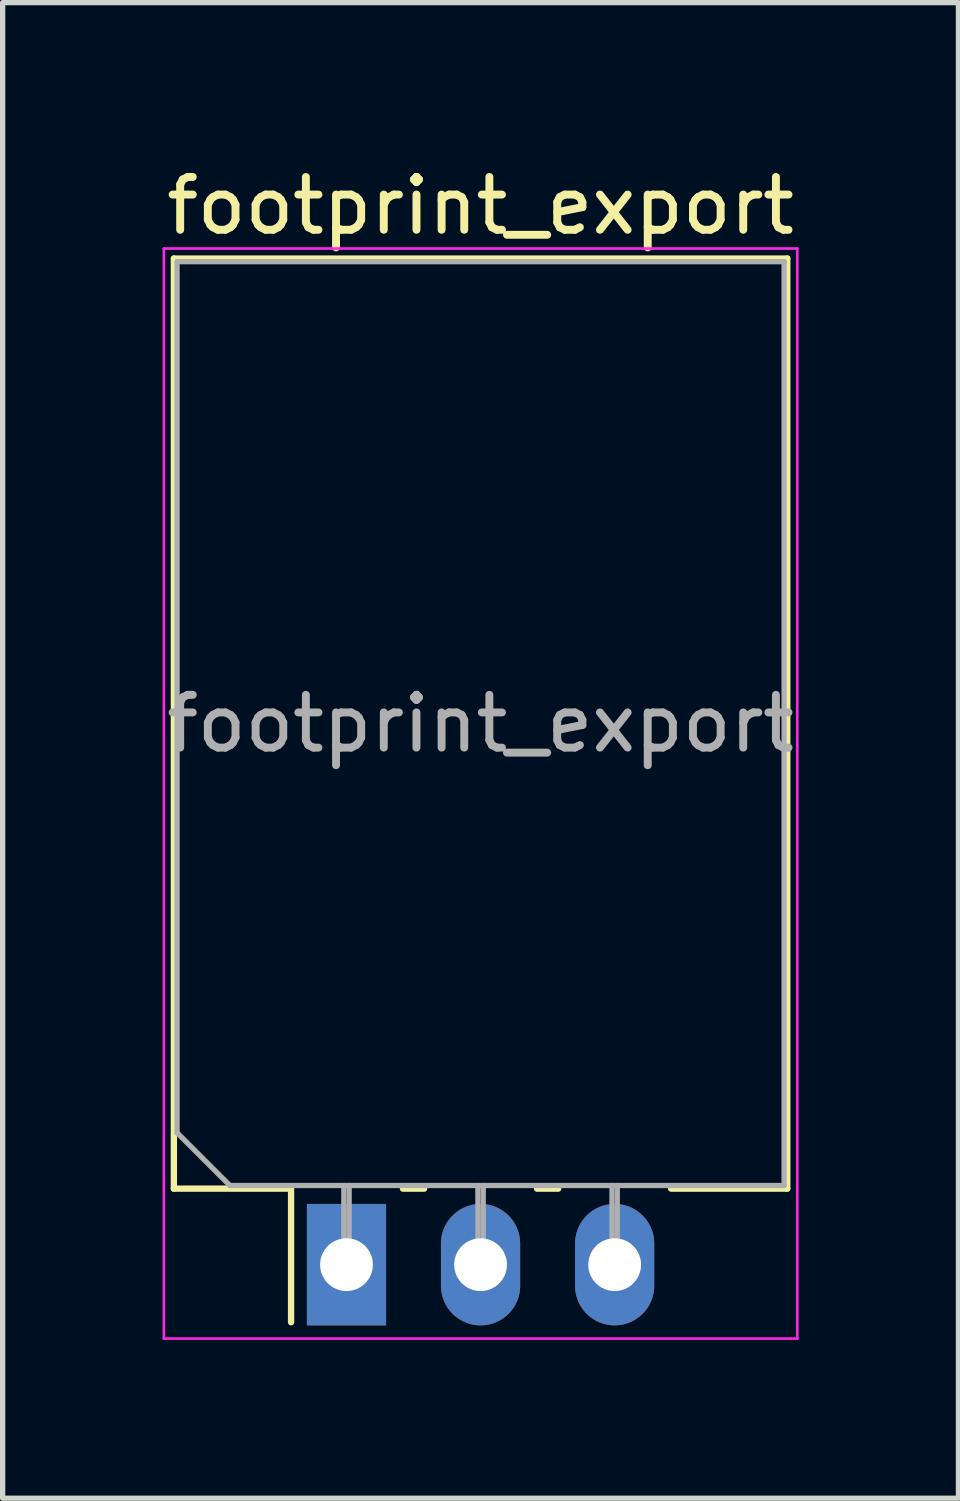
<source format=kicad_pcb>
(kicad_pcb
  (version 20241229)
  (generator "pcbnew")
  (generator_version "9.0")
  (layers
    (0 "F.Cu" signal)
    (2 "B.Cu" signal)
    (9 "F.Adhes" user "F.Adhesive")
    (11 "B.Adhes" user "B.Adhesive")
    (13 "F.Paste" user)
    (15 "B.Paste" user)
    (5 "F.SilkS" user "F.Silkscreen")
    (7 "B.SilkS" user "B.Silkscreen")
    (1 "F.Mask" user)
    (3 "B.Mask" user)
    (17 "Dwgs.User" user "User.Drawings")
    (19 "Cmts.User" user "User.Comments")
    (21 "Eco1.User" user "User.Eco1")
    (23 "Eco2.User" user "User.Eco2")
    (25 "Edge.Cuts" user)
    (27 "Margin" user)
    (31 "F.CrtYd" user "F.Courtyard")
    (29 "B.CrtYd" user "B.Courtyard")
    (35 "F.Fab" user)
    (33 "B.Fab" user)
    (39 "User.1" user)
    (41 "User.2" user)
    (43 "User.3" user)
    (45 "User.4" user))
  (footprint "footprint_export"
    (layer "F.Cu")
    (at 3.514 20.908)
    (property "Reference" "footprint_export" (at 2.54 -20.06 0) (layer "F.SilkS") (effects (font (size 1 1) (thickness 0.15))))
    (attr through_hole)
    (fp_line (start -3.27 -19.06) (end -3.27 -1.44) (stroke (width 0.12) (type solid)) (layer "F.SilkS"))
    (fp_line (start -3.27 -19.06) (end 8.35 -19.06) (stroke (width 0.12) (type solid)) (layer "F.SilkS"))
    (fp_line (start -3.27 -1.44) (end -1.07 -1.44) (stroke (width 0.12) (type solid)) (layer "F.SilkS"))
    (fp_line (start -1.05 -1.44) (end -1.05 1.091) (stroke (width 0.12) (type solid)) (layer "F.SilkS"))
    (fp_line (start 1.07 -1.44) (end 1.471 -1.44) (stroke (width 0.12) (type solid)) (layer "F.SilkS"))
    (fp_line (start 3.61 -1.44) (end 4.01 -1.44) (stroke (width 0.12) (type solid)) (layer "F.SilkS"))
    (fp_line (start 6.15 -1.44) (end 8.35 -1.44) (stroke (width 0.12) (type solid)) (layer "F.SilkS"))
    (fp_line (start 8.35 -19.06) (end 8.35 -1.44) (stroke (width 0.12) (type solid)) (layer "F.SilkS"))
    (fp_line (start -3.46 -19.25) (end -3.46 1.4) (stroke (width 0.05) (type solid)) (layer "F.CrtYd"))
    (fp_line (start -3.46 1.4) (end 8.54 1.4) (stroke (width 0.05) (type solid)) (layer "F.CrtYd"))
    (fp_line (start 8.54 -19.25) (end -3.46 -19.25) (stroke (width 0.05) (type solid)) (layer "F.CrtYd"))
    (fp_line (start 8.54 1.4) (end 8.54 -19.25) (stroke (width 0.05) (type solid)) (layer "F.CrtYd"))
    (fp_line (start -3.21 -19) (end 8.29 -19) (stroke (width 0.1) (type solid)) (layer "F.Fab"))
    (fp_line (start -3.21 -2.5) (end -3.21 -19) (stroke (width 0.1) (type solid)) (layer "F.Fab"))
    (fp_line (start -2.21 -1.5) (end -3.21 -2.5) (stroke (width 0.1) (type solid)) (layer "F.Fab"))
    (fp_line (start -0.05 0) (end -0.05 -1.5) (stroke (width 0.1) (type solid)) (layer "F.Fab"))
    (fp_line (start 0.05 0) (end 0.05 -1.5) (stroke (width 0.1) (type solid)) (layer "F.Fab"))
    (fp_line (start 2.49 0) (end 2.49 -1.5) (stroke (width 0.1) (type solid)) (layer "F.Fab"))
    (fp_line (start 2.59 0) (end 2.59 -1.5) (stroke (width 0.1) (type solid)) (layer "F.Fab"))
    (fp_line (start 5.03 0) (end 5.03 -1.5) (stroke (width 0.1) (type solid)) (layer "F.Fab"))
    (fp_line (start 5.13 0) (end 5.13 -1.5) (stroke (width 0.1) (type solid)) (layer "F.Fab"))
    (fp_line (start 8.29 -19) (end 8.29 -1.5) (stroke (width 0.1) (type solid)) (layer "F.Fab"))
    (fp_line (start 8.29 -1.5) (end -2.21 -1.5) (stroke (width 0.1) (type solid)) (layer "F.Fab"))
    (fp_text user "${REFERENCE}" (at 2.54 -10.25 0) (layer "F.Fab") (effects (font (size 1 1) (thickness 0.15))))
    (pad "1" thru_hole rect (at 0 0) (size 1.5 2.3) (drill 1) (layers "*.Cu" "*.Mask"))
    (pad "2" thru_hole oval (at 2.54 0) (size 1.5 2.3) (drill 1) (layers "*.Cu" "*.Mask"))
    (pad "3" thru_hole oval (at 5.08 0) (size 1.5 2.3) (drill 1) (layers "*.Cu" "*.Mask")))
  (gr_rect
    (start -3 -3)
    (end 15.107 25.333)
    (stroke (width 0.1) (type default))
    (fill no)
    (layer "Edge.Cuts")))
</source>
